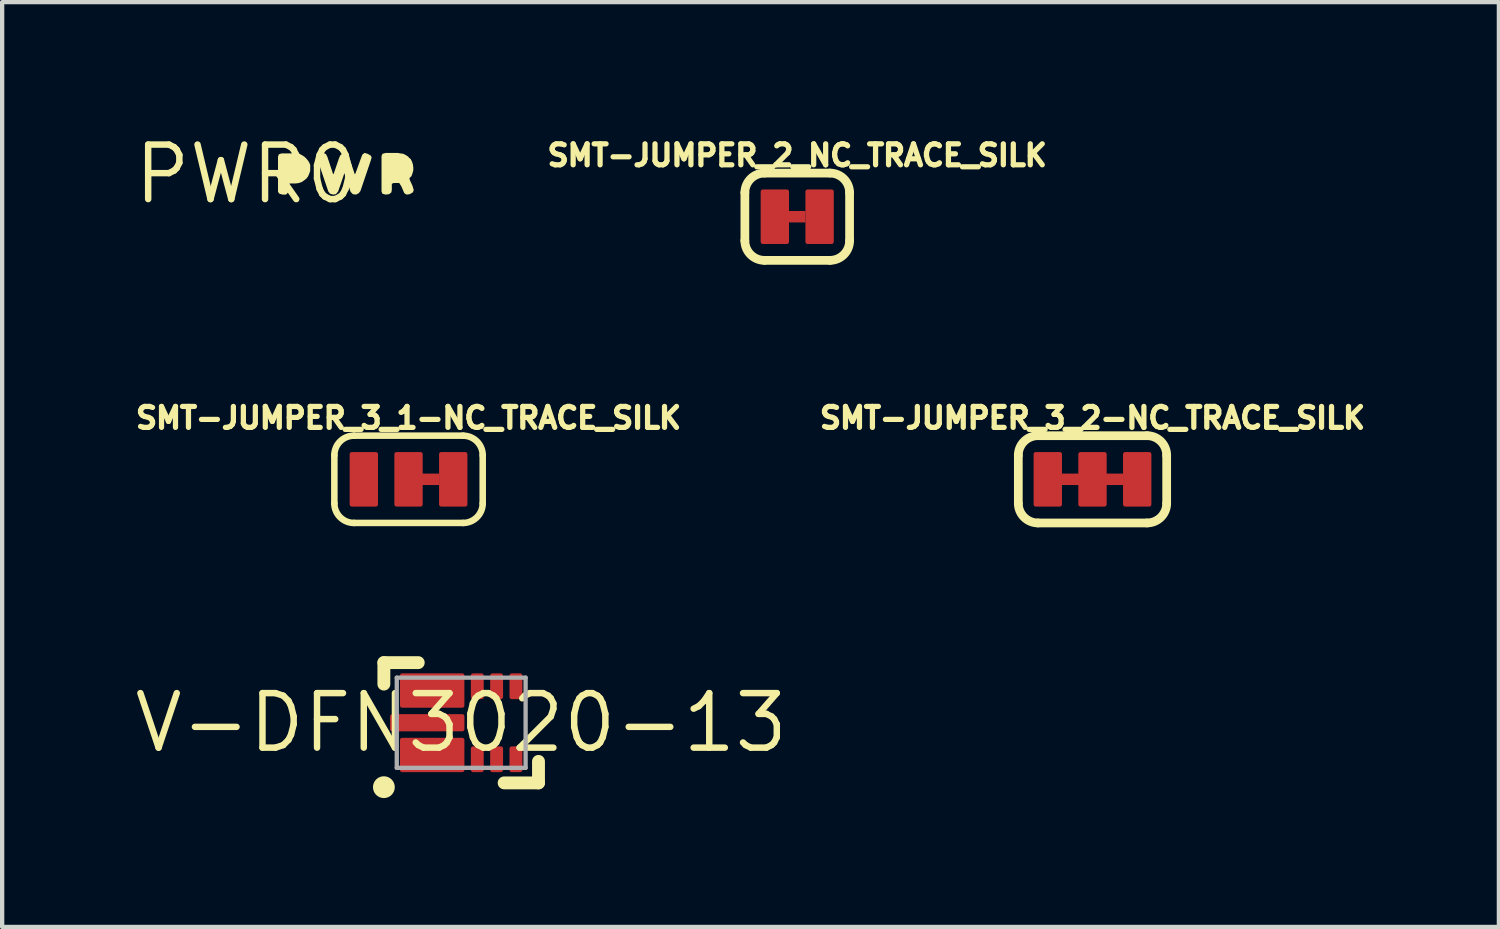
<source format=kicad_pcb>
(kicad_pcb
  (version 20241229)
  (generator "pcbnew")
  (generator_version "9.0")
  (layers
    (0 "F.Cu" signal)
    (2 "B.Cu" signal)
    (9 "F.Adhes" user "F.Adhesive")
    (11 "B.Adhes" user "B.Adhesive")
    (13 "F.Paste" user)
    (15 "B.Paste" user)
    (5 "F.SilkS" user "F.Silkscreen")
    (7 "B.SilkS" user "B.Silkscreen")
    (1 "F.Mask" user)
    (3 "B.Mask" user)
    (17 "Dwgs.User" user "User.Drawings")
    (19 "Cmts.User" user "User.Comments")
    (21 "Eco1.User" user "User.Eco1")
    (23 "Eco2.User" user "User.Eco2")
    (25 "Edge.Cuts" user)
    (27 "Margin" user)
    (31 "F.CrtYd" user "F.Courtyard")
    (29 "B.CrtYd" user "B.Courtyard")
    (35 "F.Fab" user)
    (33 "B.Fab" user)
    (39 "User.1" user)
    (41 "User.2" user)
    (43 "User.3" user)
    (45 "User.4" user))
  (footprint "SMT-JUMPER_2_NC_TRACE_SILK"
    (layer "F.Cu")
    (at 15.512 1.996)
    (property "Reference" "SMT-JUMPER_2_NC_TRACE_SILK" (at 0 -1.143 0) (layer "F.SilkS") (effects (font (size 0.488 0.488) (thickness 0.122)) (justify bottom)))
    (fp_poly (pts (xy 0.191 0.133) (xy -0.705 0.133) (xy -0.705 -0.133) (xy 0.191 -0.133)) (stroke (width 0) (type default)) (fill yes) (layer "F.Cu"))
    (fp_poly (pts (xy 0.254 0.191) (xy -0.254 0.191) (xy -0.254 -0.191) (xy 0.254 -0.191)) (stroke (width 0) (type default)) (fill yes) (layer "F.Mask"))
    (fp_line (start -1.219 0.559) (end -1.219 -0.559) (stroke (width 0.203) (type solid)) (layer "F.SilkS"))
    (fp_line (start -0.762 -1.016) (end 0.762 -1.016) (stroke (width 0.203) (type solid)) (layer "F.SilkS"))
    (fp_line (start 0.762 1.016) (end -0.762 1.016) (stroke (width 0.203) (type solid)) (layer "F.SilkS"))
    (fp_line (start 1.219 0.559) (end 1.219 -0.559) (stroke (width 0.203) (type solid)) (layer "F.SilkS"))
    (fp_arc (start -1.2192 -0.5588) (mid -1.085289 -0.882089) (end -0.762 -1.016) (stroke (width 0.2032) (type solid)) (layer "F.SilkS"))
    (fp_arc (start -0.762 1.016) (mid -1.085289 0.882089) (end -1.2192 0.5588) (stroke (width 0.2032) (type solid)) (layer "F.SilkS"))
    (fp_arc (start 0.762 -1.016) (mid 1.085289 -0.882089) (end 1.2192 -0.5588) (stroke (width 0.2032) (type solid)) (layer "F.SilkS"))
    (fp_arc (start 1.2192 0.5588) (mid 1.085289 0.882089) (end 0.762 1.016) (stroke (width 0.2032) (type solid)) (layer "F.SilkS"))
    (pad "1" smd roundrect (at -0.521 0) (size 0.66 1.27) (layers "F.Cu" "F.Mask") (roundrect_rratio 0.077))
    (pad "2" smd roundrect (at 0.521 0) (size 0.66 1.27) (layers "F.Cu" "F.Mask") (roundrect_rratio 0.077)))
  (footprint "PWR0"
    (layer "F.Cu")
    (at 2.698 1.006)
    (property "Reference" "PWR0" (at 0 0 0) (layer "F.SilkS") (effects (font (size 1.27 1.27) (thickness 0.15))))
    (fp_poly (pts (xy 1.222 -0.475) (xy 1.283 -0.444) (xy 1.343 -0.404) (xy 1.394 -0.353) (xy 1.434 -0.303) (xy 1.475 -0.221) (xy 1.475 -0.079) (xy 1.455 -0.018) (xy 1.424 0.053) (xy 1.384 0.104) (xy 1.333 0.144) (xy 1.277 0.182) (xy 1.277 0.183) (xy 1.272 0.185) (xy 1.268 0.187) (xy 1.267 0.186) (xy 1.211 0.205) (xy 1.14 0.215) (xy 1.011 0.215) (xy 0.965 0.233) (xy 0.965 0.37) (xy 0.955 0.432) (xy 0.912 0.475) (xy 0.829 0.475) (xy 0.757 0.454) (xy 0.725 0.412) (xy 0.725 -0.411) (xy 0.746 -0.464) (xy 0.809 -0.485) (xy 1.16 -0.485)) (stroke (width 0) (type default)) (fill yes) (layer "F.SilkS"))
    (fp_poly (pts (xy 3.571 -0.485) (xy 3.642 -0.475) (xy 3.703 -0.444) (xy 3.768 -0.401) (xy 3.762 -0.395) (xy 3.814 -0.353) (xy 3.845 -0.292) (xy 3.865 -0.231) (xy 3.875 -0.16) (xy 3.875 -0.089) (xy 3.855 -0.019) (xy 3.834 0.043) (xy 3.785 0.092) (xy 3.795 0.138) (xy 3.855 0.268) (xy 3.865 0.299) (xy 3.885 0.37) (xy 3.864 0.423) (xy 3.792 0.465) (xy 3.719 0.475) (xy 3.666 0.443) (xy 3.596 0.282) (xy 3.547 0.205) (xy 3.421 0.205) (xy 3.375 0.223) (xy 3.375 0.36) (xy 3.365 0.423) (xy 3.312 0.465) (xy 3.23 0.475) (xy 3.156 0.454) (xy 3.135 0.401) (xy 3.135 -0.421) (xy 3.156 -0.474) (xy 3.229 -0.495) (xy 3.51 -0.495)) (stroke (width 0) (type default)) (fill yes) (layer "F.SilkS"))
    (fp_poly (pts (xy 2.812 -0.475) (xy 2.884 -0.434) (xy 2.905 -0.39) (xy 2.885 -0.319) (xy 2.644 0.392) (xy 2.603 0.444) (xy 2.541 0.475) (xy 2.468 0.465) (xy 2.416 0.413) (xy 2.395 0.352) (xy 2.27 -0.024) (xy 2.205 0.172) (xy 2.124 0.403) (xy 2.073 0.465) (xy 2.01 0.475) (xy 1.937 0.454) (xy 1.896 0.402) (xy 1.655 -0.309) (xy 1.635 -0.38) (xy 1.646 -0.433) (xy 1.718 -0.475) (xy 1.791 -0.495) (xy 1.844 -0.464) (xy 1.875 -0.402) (xy 2.004 -0.013) (xy 2.018 0.001) (xy 2.145 -0.372) (xy 2.176 -0.443) (xy 2.228 -0.475) (xy 2.301 -0.485) (xy 2.364 -0.443) (xy 2.385 -0.382) (xy 2.512 0.001) (xy 2.526 -0.013) (xy 2.686 -0.453) (xy 2.739 -0.496)) (stroke (width 0) (type default)) (fill yes) (layer "F.SilkS")))
  (footprint "SMT-JUMPER_3_1-NC_TRACE_SILK"
    (layer "F.Cu")
    (at 6.462 8.11)
    (property "Reference" "SMT-JUMPER_3_1-NC_TRACE_SILK" (at 0 -1.143 0) (layer "F.SilkS") (effects (font (size 0.488 0.488) (thickness 0.122)) (justify bottom)))
    (fp_poly (pts (xy 0.711 0.133) (xy -0.197 0.133) (xy -0.197 -0.133) (xy 0.711 -0.133)) (stroke (width 0) (type default)) (fill yes) (layer "F.Cu"))
    (fp_poly (pts (xy 0.762 0.191) (xy 0.254 0.191) (xy 0.254 -0.191) (xy 0.762 -0.191)) (stroke (width 0) (type default)) (fill yes) (layer "F.Mask"))
    (fp_line (start -1.727 0.559) (end -1.727 -0.559) (stroke (width 0.152) (type solid)) (layer "F.SilkS"))
    (fp_line (start -1.27 -1.016) (end 1.27 -1.016) (stroke (width 0.152) (type solid)) (layer "F.SilkS"))
    (fp_line (start 1.27 1.016) (end -1.27 1.016) (stroke (width 0.152) (type solid)) (layer "F.SilkS"))
    (fp_line (start 1.727 0.559) (end 1.727 -0.559) (stroke (width 0.152) (type solid)) (layer "F.SilkS"))
    (fp_arc (start -1.7272 -0.5588) (mid -1.593289 -0.882089) (end -1.27 -1.016) (stroke (width 0.1524) (type solid)) (layer "F.SilkS"))
    (fp_arc (start -1.27 1.016) (mid -1.593289 0.882089) (end -1.7272 0.5588) (stroke (width 0.1524) (type solid)) (layer "F.SilkS"))
    (fp_arc (start 1.27 -1.016) (mid 1.593289 -0.882089) (end 1.7272 -0.5588) (stroke (width 0.1524) (type solid)) (layer "F.SilkS"))
    (fp_arc (start 1.7272 0.5588) (mid 1.593289 0.882089) (end 1.27 1.016) (stroke (width 0.1524) (type solid)) (layer "F.SilkS"))
    (pad "1" smd roundrect (at -1.041 0) (size 0.66 1.27) (layers "F.Cu" "F.Mask") (roundrect_rratio 0.077))
    (pad "2" smd roundrect (at 0 0) (size 0.66 1.27) (layers "F.Cu" "F.Mask") (roundrect_rratio 0.077))
    (pad "3" smd roundrect (at 1.041 0) (size 0.66 1.27) (layers "F.Cu" "F.Mask") (roundrect_rratio 0.077)))
  (footprint "V-DFN3020-13"
    (layer "F.Cu")
    (at 7.688 13.778)
    (property "Reference" "V-DFN3020-13" (at 0 0 0) (layer "F.SilkS") (effects (font (size 1.27 1.27) (thickness 0.15))))
    (fp_poly (pts (xy -1.7 0.25) (xy 0.13 0.25) (xy 0.13 -0.25) (xy -1.7 -0.25)) (stroke (width 0) (type default)) (fill yes) (layer "F.Mask"))
    (fp_poly (pts (xy -1.47 -0.3) (xy 0.12 -0.3) (xy 0.12 -1.2) (xy -1.47 -1.2)) (stroke (width 0) (type default)) (fill yes) (layer "F.Mask"))
    (fp_poly (pts (xy -1.47 1.2) (xy 0.12 1.2) (xy 0.12 0.3) (xy -1.47 0.3)) (stroke (width 0) (type default)) (fill yes) (layer "F.Mask"))
    (fp_poly (pts (xy 0.18 -0.5) (xy 0.57 -0.5) (xy 0.57 -1.2) (xy 0.18 -1.2)) (stroke (width 0) (type default)) (fill yes) (layer "F.Mask"))
    (fp_poly (pts (xy 0.18 1.2) (xy 0.57 1.2) (xy 0.57 0.5) (xy 0.18 0.5)) (stroke (width 0) (type default)) (fill yes) (layer "F.Mask"))
    (fp_poly (pts (xy 0.63 -0.5) (xy 1.02 -0.5) (xy 1.02 -1.2) (xy 0.63 -1.2)) (stroke (width 0) (type default)) (fill yes) (layer "F.Mask"))
    (fp_poly (pts (xy 0.63 1.2) (xy 1.02 1.2) (xy 1.02 0.5) (xy 0.63 0.5)) (stroke (width 0) (type default)) (fill yes) (layer "F.Mask"))
    (fp_poly (pts (xy 1.08 -0.5) (xy 1.47 -0.5) (xy 1.47 -1.2) (xy 1.08 -1.2)) (stroke (width 0) (type default)) (fill yes) (layer "F.Mask"))
    (fp_poly (pts (xy 1.08 1.2) (xy 1.47 1.2) (xy 1.47 0.5) (xy 1.08 0.5)) (stroke (width 0) (type default)) (fill yes) (layer "F.Mask"))
    (fp_line (start -1.8 -1.4) (end -1.8 -0.9) (stroke (width 0.3) (type solid)) (layer "F.SilkS"))
    (fp_line (start -1 -1.4) (end -1.8 -1.4) (stroke (width 0.3) (type solid)) (layer "F.SilkS"))
    (fp_line (start 1.8 0.9) (end 1.8 1.4) (stroke (width 0.3) (type solid)) (layer "F.SilkS"))
    (fp_line (start 1.8 1.4) (end 1 1.4) (stroke (width 0.3) (type solid)) (layer "F.SilkS"))
    (fp_circle (center -1.8 1.5) (end -1.673 1.5) (stroke (width 0.254) (type solid)) (fill yes) (layer "F.SilkS"))
    (fp_poly (pts (xy -1.48 0.15) (xy -0.18 0.15) (xy -0.18 -0.15) (xy -1.48 -0.15)) (stroke (width 0) (type default)) (fill yes) (layer "F.Paste"))
    (fp_poly (pts (xy -1.25 -0.45) (xy -0.12 -0.45) (xy -0.12 -1.05) (xy -1.25 -1.05)) (stroke (width 0) (type default)) (fill yes) (layer "F.Paste"))
    (fp_poly (pts (xy -1.24 1.05) (xy -0.11 1.05) (xy -0.11 0.45) (xy -1.24 0.45)) (stroke (width 0) (type default)) (fill yes) (layer "F.Paste"))
    (fp_poly (pts (xy 0.26 -0.63) (xy 0.49 -0.63) (xy 0.49 -1.08) (xy 0.26 -1.08)) (stroke (width 0) (type default)) (fill yes) (layer "F.Paste"))
    (fp_poly (pts (xy 0.26 1.08) (xy 0.49 1.08) (xy 0.49 0.63) (xy 0.26 0.63)) (stroke (width 0) (type default)) (fill yes) (layer "F.Paste"))
    (fp_poly (pts (xy 0.71 -0.63) (xy 0.94 -0.63) (xy 0.94 -1.08) (xy 0.71 -1.08)) (stroke (width 0) (type default)) (fill yes) (layer "F.Paste"))
    (fp_poly (pts (xy 0.71 1.08) (xy 0.94 1.08) (xy 0.94 0.63) (xy 0.71 0.63)) (stroke (width 0) (type default)) (fill yes) (layer "F.Paste"))
    (fp_poly (pts (xy 1.16 -0.63) (xy 1.39 -0.63) (xy 1.39 -1.08) (xy 1.16 -1.08)) (stroke (width 0) (type default)) (fill yes) (layer "F.Paste"))
    (fp_poly (pts (xy 1.16 1.08) (xy 1.39 1.08) (xy 1.39 0.63) (xy 1.16 0.63)) (stroke (width 0) (type default)) (fill yes) (layer "F.Paste"))
    (fp_line (start -1.5 -1.05) (end -1.5 1.05) (stroke (width 0.1) (type solid)) (layer "F.Fab"))
    (fp_line (start -1.5 1.05) (end 1.5 1.05) (stroke (width 0.1) (type solid)) (layer "F.Fab"))
    (fp_line (start 1.5 -1.05) (end -1.5 -1.05) (stroke (width 0.1) (type solid)) (layer "F.Fab"))
    (fp_line (start 1.5 1.05) (end 1.5 -1.05) (stroke (width 0.1) (type solid)) (layer "F.Fab"))
    (pad "P$1" smd roundrect (at -0.675 0.75) (size 1.5 0.8) (layers "F.Cu") (roundrect_rratio 0.064))
    (pad "P$2" smd roundrect (at 0.375 0.85) (size 0.3 0.6) (layers "F.Cu") (roundrect_rratio 0.169))
    (pad "P$3" smd roundrect (at 0.825 0.85) (size 0.3 0.6) (layers "F.Cu") (roundrect_rratio 0.169))
    (pad "P$4" smd roundrect (at 1.275 0.85) (size 0.3 0.6) (layers "F.Cu") (roundrect_rratio 0.169))
    (pad "P$5" smd roundrect (at 1.275 -0.85 180) (size 0.3 0.6) (layers "F.Cu") (roundrect_rratio 0.169))
    (pad "P$6" smd roundrect (at 0.825 -0.85 180) (size 0.3 0.6) (layers "F.Cu") (roundrect_rratio 0.169))
    (pad "P$7" smd roundrect (at 0.375 -0.85 180) (size 0.3 0.6) (layers "F.Cu") (roundrect_rratio 0.169))
    (pad "P$8" smd roundrect (at -0.675 -0.75) (size 1.5 0.8) (layers "F.Cu") (roundrect_rratio 0.064))
    (pad "P$9" smd roundrect (at -0.79 0) (size 1.73 0.4) (layers "F.Cu") (roundrect_rratio 0.127)))
  (footprint "SMT-JUMPER_3_2-NC_TRACE_SILK"
    (layer "F.Cu")
    (at 22.387 8.11)
    (property "Reference" "SMT-JUMPER_3_2-NC_TRACE_SILK" (at 0 -1.143 0) (layer "F.SilkS") (effects (font (size 0.488 0.488) (thickness 0.122)) (justify bottom)))
    (fp_poly (pts (xy 0.711 0.133) (xy -0.711 0.133) (xy -0.711 -0.133) (xy 0.711 -0.133)) (stroke (width 0) (type default)) (fill yes) (layer "F.Cu"))
    (fp_poly (pts (xy -0.254 0.191) (xy -0.762 0.191) (xy -0.762 -0.191) (xy -0.254 -0.191)) (stroke (width 0) (type default)) (fill yes) (layer "F.Mask"))
    (fp_poly (pts (xy 0.762 0.191) (xy 0.254 0.191) (xy 0.254 -0.191) (xy 0.762 -0.191)) (stroke (width 0) (type default)) (fill yes) (layer "F.Mask"))
    (fp_line (start -1.727 0.559) (end -1.727 -0.559) (stroke (width 0.203) (type solid)) (layer "F.SilkS"))
    (fp_line (start -1.27 -1.016) (end 1.27 -1.016) (stroke (width 0.203) (type solid)) (layer "F.SilkS"))
    (fp_line (start 1.27 1.016) (end -1.27 1.016) (stroke (width 0.203) (type solid)) (layer "F.SilkS"))
    (fp_line (start 1.727 0.559) (end 1.727 -0.559) (stroke (width 0.203) (type solid)) (layer "F.SilkS"))
    (fp_arc (start -1.7272 -0.5588) (mid -1.593289 -0.882089) (end -1.27 -1.016) (stroke (width 0.2032) (type solid)) (layer "F.SilkS"))
    (fp_arc (start -1.27 1.016) (mid -1.593289 0.882089) (end -1.7272 0.5588) (stroke (width 0.2032) (type solid)) (layer "F.SilkS"))
    (fp_arc (start 1.27 -1.016) (mid 1.593289 -0.882089) (end 1.7272 -0.5588) (stroke (width 0.2032) (type solid)) (layer "F.SilkS"))
    (fp_arc (start 1.7272 0.5588) (mid 1.593289 0.882089) (end 1.27 1.016) (stroke (width 0.2032) (type solid)) (layer "F.SilkS"))
    (pad "1" smd roundrect (at -1.041 0) (size 0.66 1.27) (layers "F.Cu" "F.Mask") (roundrect_rratio 0.077))
    (pad "2" smd roundrect (at 0 0) (size 0.66 1.27) (layers "F.Cu" "F.Mask") (roundrect_rratio 0.077))
    (pad "3" smd roundrect (at 1.041 0) (size 0.66 1.27) (layers "F.Cu" "F.Mask") (roundrect_rratio 0.077)))
  (gr_rect
    (start -3 -3)
    (end 31.849 18.532)
    (stroke (width 0.1) (type default))
    (fill no)
    (layer "Edge.Cuts")))
</source>
